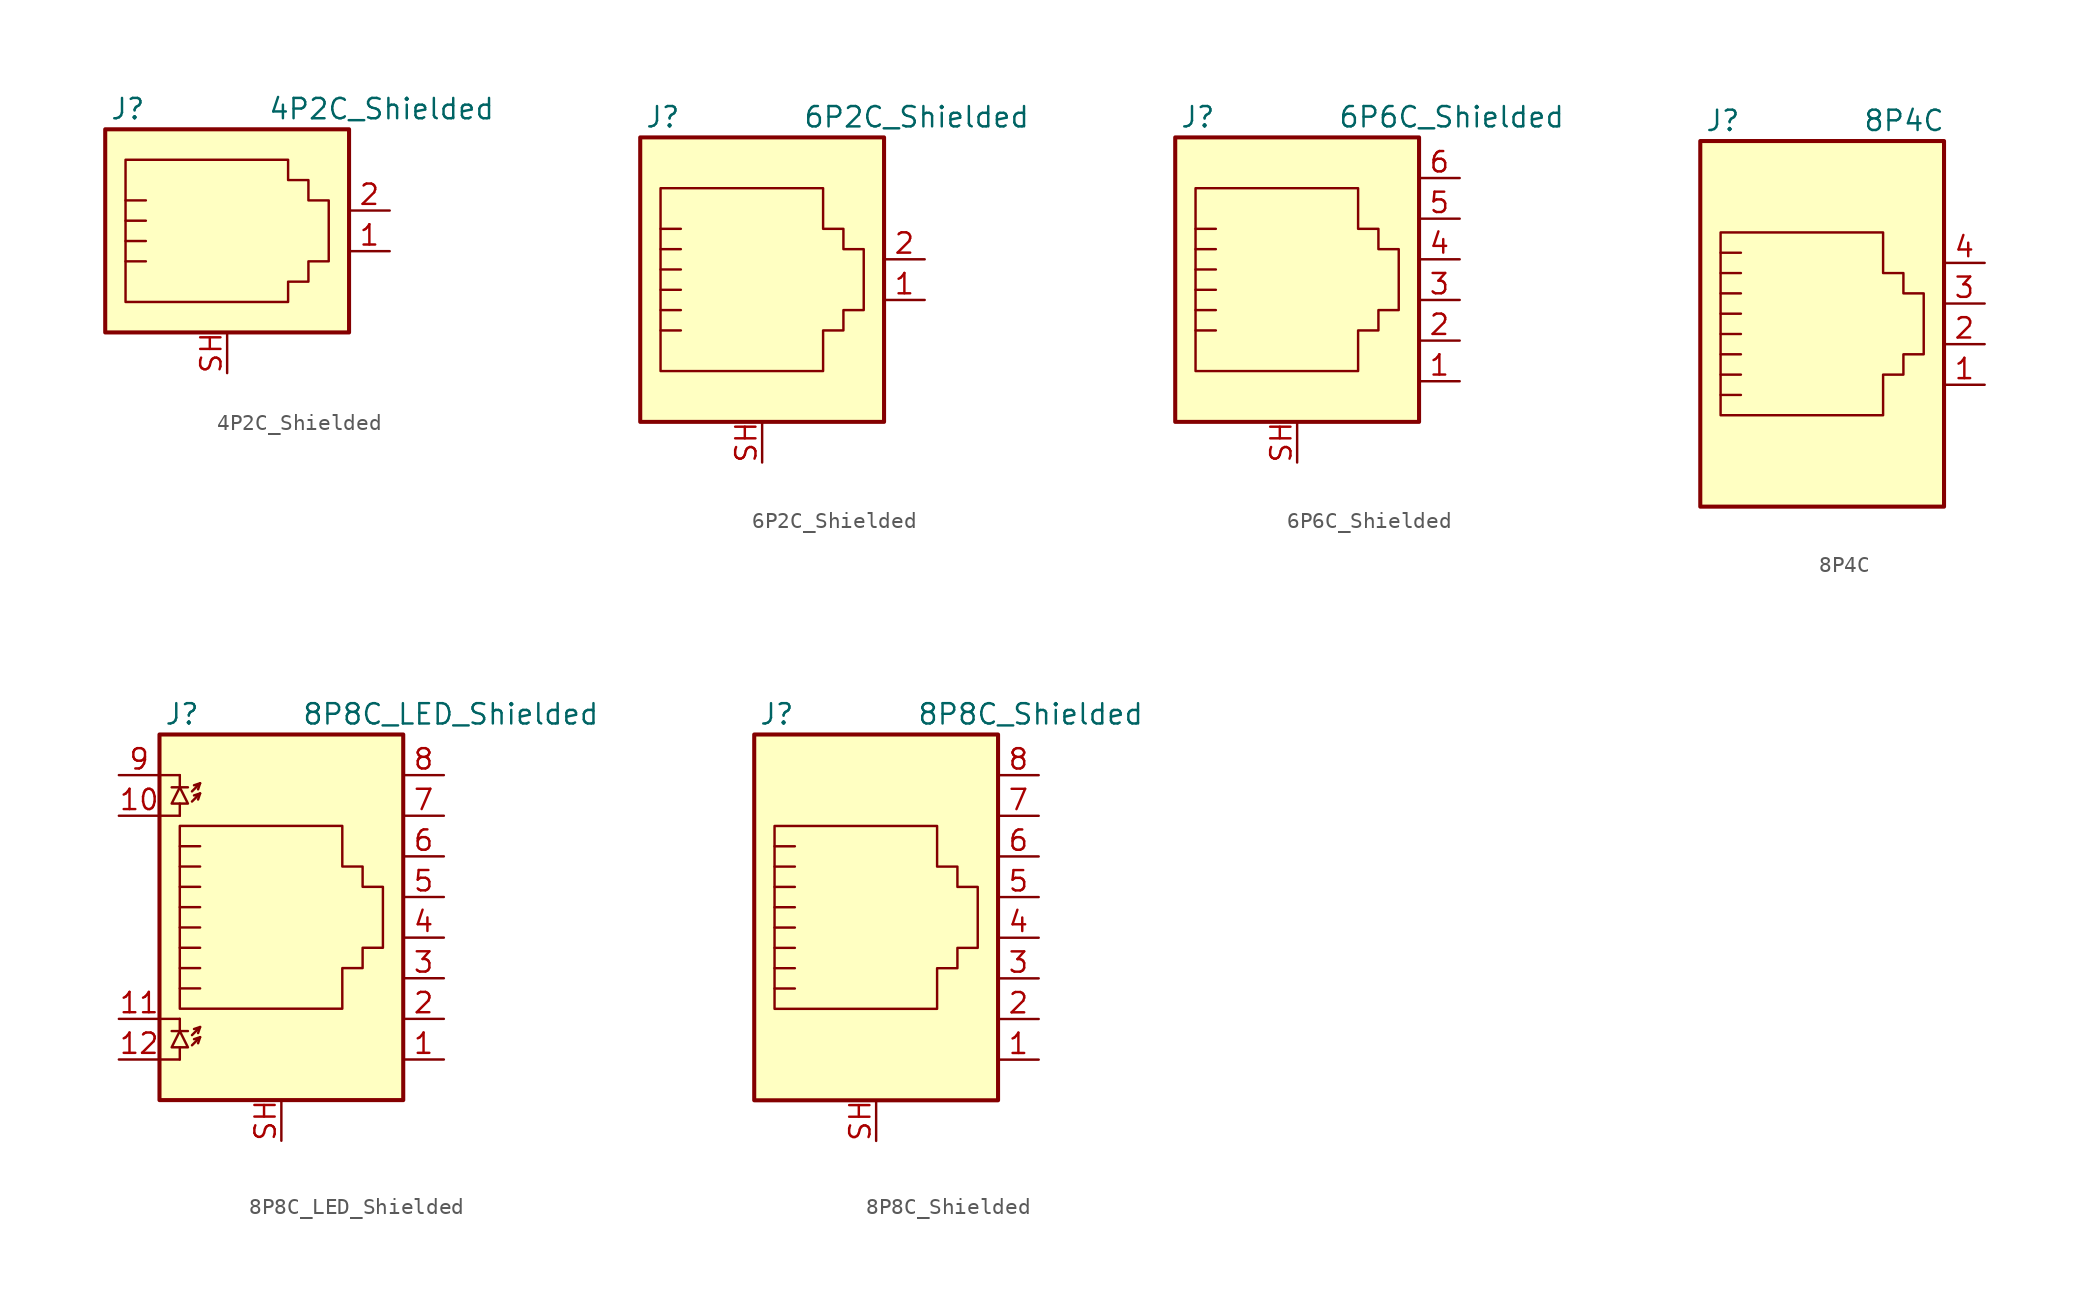
<source format=kicad_sym>
(kicad_symbol_lib
  (version 20201005)
  (generator kicad_symbol_editor)
  (symbol "4P2C_Shielded"
    (pin_names
      (offset 1.016))
    (property "Reference" "J"
      (at -5.08 8.89 0)
      (effects (font (size 1.27 1.27)) (justify right)))
    (property "Value" "4P2C_Shielded"
      (at 2.54 8.89 0)
      (effects (font (size 1.27 1.27)) (justify left)))
    (symbol "4P2C_Shielded_0_1"
      (rectangle (start 7.62 7.62) (end -7.62 -5.08) (stroke (width 0.254)) (fill (type background)))
      (polyline (pts (xy -6.35 -0.635) (xy -5.08 -0.635) (xy -5.08 -0.635)) (stroke (width 0)) (fill (type none)))
      (polyline (pts (xy -6.35 0.635) (xy -5.08 0.635) (xy -5.08 0.635)) (stroke (width 0)) (fill (type none)))
      (polyline (pts (xy -6.35 1.905) (xy -5.08 1.905) (xy -5.08 1.905)) (stroke (width 0)) (fill (type none)))
      (polyline (pts (xy -6.35 3.175) (xy -5.08 3.175) (xy -5.08 3.175)) (stroke (width 0)) (fill (type none)))
      (polyline (pts (xy -6.35 -3.175) (xy -6.35 5.715) (xy -1.27 5.715) (xy 3.81 5.715) (xy 3.81 4.445) (xy 5.08 4.445) (xy 5.08 3.175) (xy 6.35 3.175) (xy 6.35 -0.635) (xy 5.08 -0.635) (xy 5.08 -1.905) (xy 3.81 -1.905) (xy 3.81 -3.175) (xy -6.35 -3.175) (xy -6.35 -3.175)) (stroke (width 0)) (fill (type none))))
    (symbol "4P2C_Shielded_1_1"
      (pin passive line (at 10.16 0 180) (length 2.54) (name "~" (effects (font (size 1.27 1.27)))) (number "1" (effects (font (size 1.27 1.27)))))
      (pin passive line (at 10.16 2.54 180) (length 2.54) (name "~" (effects (font (size 1.27 1.27)))) (number "2" (effects (font (size 1.27 1.27)))))
      (pin passive line (at 0 -7.62 90) (length 2.54) (name "~" (effects (font (size 1.27 1.27)))) (number "SH" (effects (font (size 1.27 1.27)))))))
  (symbol "6P2C_Shielded"
    (pin_names
      (offset 1.016))
    (property "Reference" "J"
      (at -5.08 11.43 0)
      (effects (font (size 1.27 1.27)) (justify right)))
    (property "Value" "6P2C_Shielded"
      (at 2.54 11.43 0)
      (effects (font (size 1.27 1.27)) (justify left)))
    (symbol "6P2C_Shielded_0_1"
      (rectangle (start 7.62 10.16) (end -7.62 -7.62) (stroke (width 0.254)) (fill (type background)))
      (polyline (pts (xy -6.35 -1.905) (xy -5.08 -1.905) (xy -5.08 -1.905)) (stroke (width 0)) (fill (type none)))
      (polyline (pts (xy -6.35 -0.635) (xy -5.08 -0.635) (xy -5.08 -0.635)) (stroke (width 0)) (fill (type none)))
      (polyline (pts (xy -6.35 0.635) (xy -5.08 0.635) (xy -5.08 0.635)) (stroke (width 0)) (fill (type none)))
      (polyline (pts (xy -6.35 1.905) (xy -5.08 1.905) (xy -5.08 1.905)) (stroke (width 0)) (fill (type none)))
      (polyline (pts (xy -6.35 3.175) (xy -5.08 3.175) (xy -5.08 3.175)) (stroke (width 0)) (fill (type none)))
      (polyline (pts (xy -5.08 4.445) (xy -6.35 4.445) (xy -6.35 4.445)) (stroke (width 0)) (fill (type none)))
      (polyline (pts (xy -6.35 -4.445) (xy -6.35 6.985) (xy 3.81 6.985) (xy 3.81 4.445) (xy 5.08 4.445) (xy 5.08 3.175) (xy 6.35 3.175) (xy 6.35 -0.635) (xy 5.08 -0.635) (xy 5.08 -1.905) (xy 3.81 -1.905) (xy 3.81 -4.445) (xy -6.35 -4.445) (xy -6.35 -4.445)) (stroke (width 0)) (fill (type none))))
    (symbol "6P2C_Shielded_1_1"
      (pin passive line (at 10.16 0 180) (length 2.54) (name "~" (effects (font (size 1.27 1.27)))) (number "1" (effects (font (size 1.27 1.27)))))
      (pin passive line (at 10.16 2.54 180) (length 2.54) (name "~" (effects (font (size 1.27 1.27)))) (number "2" (effects (font (size 1.27 1.27)))))
      (pin passive line (at 0 -10.16 90) (length 2.54) (name "~" (effects (font (size 1.27 1.27)))) (number "SH" (effects (font (size 1.27 1.27)))))))
  (symbol "6P6C_Shielded"
    (pin_names
      (offset 1.016))
    (property "Reference" "J"
      (at -5.08 11.43 0)
      (effects (font (size 1.27 1.27)) (justify right)))
    (property "Value" "6P6C_Shielded"
      (at 2.54 11.43 0)
      (effects (font (size 1.27 1.27)) (justify left)))
    (symbol "6P6C_Shielded_0_1"
      (rectangle (start 7.62 10.16) (end -7.62 -7.62) (stroke (width 0.254)) (fill (type background)))
      (polyline (pts (xy -6.35 -1.905) (xy -5.08 -1.905) (xy -5.08 -1.905)) (stroke (width 0)) (fill (type none)))
      (polyline (pts (xy -6.35 -0.635) (xy -5.08 -0.635) (xy -5.08 -0.635)) (stroke (width 0)) (fill (type none)))
      (polyline (pts (xy -6.35 0.635) (xy -5.08 0.635) (xy -5.08 0.635)) (stroke (width 0)) (fill (type none)))
      (polyline (pts (xy -6.35 1.905) (xy -5.08 1.905) (xy -5.08 1.905)) (stroke (width 0)) (fill (type none)))
      (polyline (pts (xy -6.35 3.175) (xy -5.08 3.175) (xy -5.08 3.175)) (stroke (width 0)) (fill (type none)))
      (polyline (pts (xy -5.08 4.445) (xy -6.35 4.445) (xy -6.35 4.445)) (stroke (width 0)) (fill (type none)))
      (polyline (pts (xy -6.35 -4.445) (xy -6.35 6.985) (xy 3.81 6.985) (xy 3.81 4.445) (xy 5.08 4.445) (xy 5.08 3.175) (xy 6.35 3.175) (xy 6.35 -0.635) (xy 5.08 -0.635) (xy 5.08 -1.905) (xy 3.81 -1.905) (xy 3.81 -4.445) (xy -6.35 -4.445) (xy -6.35 -4.445)) (stroke (width 0)) (fill (type none))))
    (symbol "6P6C_Shielded_1_1"
      (pin passive line (at 10.16 -5.08 180) (length 2.54) (name "~" (effects (font (size 1.27 1.27)))) (number "1" (effects (font (size 1.27 1.27)))))
      (pin passive line (at 10.16 -2.54 180) (length 2.54) (name "~" (effects (font (size 1.27 1.27)))) (number "2" (effects (font (size 1.27 1.27)))))
      (pin passive line (at 10.16 0 180) (length 2.54) (name "~" (effects (font (size 1.27 1.27)))) (number "3" (effects (font (size 1.27 1.27)))))
      (pin passive line (at 10.16 2.54 180) (length 2.54) (name "~" (effects (font (size 1.27 1.27)))) (number "4" (effects (font (size 1.27 1.27)))))
      (pin passive line (at 10.16 5.08 180) (length 2.54) (name "~" (effects (font (size 1.27 1.27)))) (number "5" (effects (font (size 1.27 1.27)))))
      (pin passive line (at 10.16 7.62 180) (length 2.54) (name "~" (effects (font (size 1.27 1.27)))) (number "6" (effects (font (size 1.27 1.27)))))
      (pin passive line (at 0 -10.16 90) (length 2.54) (name "~" (effects (font (size 1.27 1.27)))) (number "SH" (effects (font (size 1.27 1.27)))))))
  (symbol "8P4C"
    (pin_names
      (offset 1.016))
    (property "Reference" "J"
      (at -5.08 13.97 0)
      (effects (font (size 1.27 1.27)) (justify right)))
    (property "Value" "8P4C"
      (at 2.54 13.97 0)
      (effects (font (size 1.27 1.27)) (justify left)))
    (symbol "8P4C_0_1"
      (rectangle (start 7.62 12.7) (end -7.62 -10.16) (stroke (width 0.254)) (fill (type background)))
      (polyline (pts (xy -5.08 4.445) (xy -6.35 4.445)) (stroke (width 0)) (fill (type none)))
      (polyline (pts (xy -5.08 5.715) (xy -6.35 5.715)) (stroke (width 0)) (fill (type none)))
      (polyline (pts (xy -6.35 -3.175) (xy -5.08 -3.175) (xy -5.08 -3.175)) (stroke (width 0)) (fill (type none)))
      (polyline (pts (xy -6.35 -1.905) (xy -5.08 -1.905) (xy -5.08 -1.905)) (stroke (width 0)) (fill (type none)))
      (polyline (pts (xy -6.35 -0.635) (xy -5.08 -0.635) (xy -5.08 -0.635)) (stroke (width 0)) (fill (type none)))
      (polyline (pts (xy -6.35 0.635) (xy -5.08 0.635) (xy -5.08 0.635)) (stroke (width 0)) (fill (type none)))
      (polyline (pts (xy -6.35 1.905) (xy -5.08 1.905) (xy -5.08 1.905)) (stroke (width 0)) (fill (type none)))
      (polyline (pts (xy -5.08 3.175) (xy -6.35 3.175) (xy -6.35 3.175)) (stroke (width 0)) (fill (type none)))
      (polyline (pts (xy -6.35 -4.445) (xy -6.35 6.985) (xy 3.81 6.985) (xy 3.81 4.445) (xy 5.08 4.445) (xy 5.08 3.175) (xy 6.35 3.175) (xy 6.35 -0.635) (xy 5.08 -0.635) (xy 5.08 -1.905) (xy 3.81 -1.905) (xy 3.81 -4.445) (xy -6.35 -4.445) (xy -6.35 -4.445)) (stroke (width 0)) (fill (type none))))
    (symbol "8P4C_1_1"
      (pin passive line (at 10.16 -2.54 180) (length 2.54) (name "~" (effects (font (size 1.27 1.27)))) (number "1" (effects (font (size 1.27 1.27)))))
      (pin passive line (at 10.16 0 180) (length 2.54) (name "~" (effects (font (size 1.27 1.27)))) (number "2" (effects (font (size 1.27 1.27)))))
      (pin passive line (at 10.16 2.54 180) (length 2.54) (name "~" (effects (font (size 1.27 1.27)))) (number "3" (effects (font (size 1.27 1.27)))))
      (pin passive line (at 10.16 5.08 180) (length 2.54) (name "~" (effects (font (size 1.27 1.27)))) (number "4" (effects (font (size 1.27 1.27)))))))
  (symbol "8P8C_LED_Shielded"
    (pin_names
      (offset 1.016))
    (property "Reference" "J"
      (at -5.08 13.97 0)
      (effects (font (size 1.27 1.27)) (justify right)))
    (property "Value" "8P8C_LED_Shielded"
      (at 1.27 13.97 0)
      (effects (font (size 1.27 1.27)) (justify left)))
    (symbol "8P8C_LED_Shielded_0_1"
      (rectangle (start 7.62 12.7) (end -7.62 -10.16) (stroke (width 0.254)) (fill (type background)))
      (polyline (pts (xy -7.62 -7.62) (xy -6.35 -7.62)) (stroke (width 0)) (fill (type none)))
      (polyline (pts (xy -7.62 -5.08) (xy -6.35 -5.08)) (stroke (width 0)) (fill (type none)))
      (polyline (pts (xy -7.62 7.62) (xy -6.35 7.62)) (stroke (width 0)) (fill (type none)))
      (polyline (pts (xy -7.62 10.16) (xy -6.35 10.16)) (stroke (width 0)) (fill (type none)))
      (polyline (pts (xy -6.858 -5.842) (xy -5.842 -5.842)) (stroke (width 0)) (fill (type none)))
      (polyline (pts (xy -6.858 9.398) (xy -5.842 9.398)) (stroke (width 0)) (fill (type none)))
      (polyline (pts (xy -6.35 -7.62) (xy -6.35 -6.858)) (stroke (width 0)) (fill (type none)))
      (polyline (pts (xy -6.35 -5.08) (xy -6.35 -5.842)) (stroke (width 0)) (fill (type none)))
      (polyline (pts (xy -6.35 7.62) (xy -6.35 8.382)) (stroke (width 0)) (fill (type none)))
      (polyline (pts (xy -6.35 10.16) (xy -6.35 9.398)) (stroke (width 0)) (fill (type none)))
      (polyline (pts (xy -5.08 -6.223) (xy -5.207 -6.604)) (stroke (width 0)) (fill (type none)))
      (polyline (pts (xy -5.08 -5.588) (xy -5.207 -5.969)) (stroke (width 0)) (fill (type none)))
      (polyline (pts (xy -5.08 4.445) (xy -6.35 4.445)) (stroke (width 0)) (fill (type none)))
      (polyline (pts (xy -5.08 5.715) (xy -6.35 5.715)) (stroke (width 0)) (fill (type none)))
      (polyline (pts (xy -5.08 9.017) (xy -5.207 8.636)) (stroke (width 0)) (fill (type none)))
      (polyline (pts (xy -5.08 9.652) (xy -5.207 9.271)) (stroke (width 0)) (fill (type none)))
      (polyline (pts (xy -6.35 -3.175) (xy -5.08 -3.175) (xy -5.08 -3.175)) (stroke (width 0)) (fill (type none)))
      (polyline (pts (xy -6.35 -1.905) (xy -5.08 -1.905) (xy -5.08 -1.905)) (stroke (width 0)) (fill (type none)))
      (polyline (pts (xy -6.35 -0.635) (xy -5.08 -0.635) (xy -5.08 -0.635)) (stroke (width 0)) (fill (type none)))
      (polyline (pts (xy -6.35 0.635) (xy -5.08 0.635) (xy -5.08 0.635)) (stroke (width 0)) (fill (type none)))
      (polyline (pts (xy -6.35 1.905) (xy -5.08 1.905) (xy -5.08 1.905)) (stroke (width 0)) (fill (type none)))
      (polyline (pts (xy -5.588 -6.731) (xy -5.08 -6.223) (xy -5.461 -6.35)) (stroke (width 0)) (fill (type none)))
      (polyline (pts (xy -5.588 -6.096) (xy -5.08 -5.588) (xy -5.461 -5.715)) (stroke (width 0)) (fill (type none)))
      (polyline (pts (xy -5.588 8.509) (xy -5.08 9.017) (xy -5.461 8.89)) (stroke (width 0)) (fill (type none)))
      (polyline (pts (xy -5.588 9.144) (xy -5.08 9.652) (xy -5.461 9.525)) (stroke (width 0)) (fill (type none)))
      (polyline (pts (xy -5.08 3.175) (xy -6.35 3.175) (xy -6.35 3.175)) (stroke (width 0)) (fill (type none)))
      (polyline (pts (xy -6.35 -5.842) (xy -6.858 -6.858) (xy -5.842 -6.858) (xy -6.35 -5.842)) (stroke (width 0)) (fill (type none)))
      (polyline (pts (xy -6.35 9.398) (xy -6.858 8.382) (xy -5.842 8.382) (xy -6.35 9.398)) (stroke (width 0)) (fill (type none)))
      (polyline (pts (xy -6.35 -4.445) (xy -6.35 6.985) (xy 3.81 6.985) (xy 3.81 4.445) (xy 5.08 4.445) (xy 5.08 3.175) (xy 6.35 3.175) (xy 6.35 -0.635) (xy 5.08 -0.635) (xy 5.08 -1.905) (xy 3.81 -1.905) (xy 3.81 -4.445) (xy -6.35 -4.445) (xy -6.35 -4.445)) (stroke (width 0)) (fill (type none))))
    (symbol "8P8C_LED_Shielded_1_1"
      (pin passive line (at 10.16 -7.62 180) (length 2.54) (name "~" (effects (font (size 1.27 1.27)))) (number "1" (effects (font (size 1.27 1.27)))))
      (pin passive line (at -10.16 7.62 0) (length 2.54) (name "~" (effects (font (size 1.27 1.27)))) (number "10" (effects (font (size 1.27 1.27)))))
      (pin passive line (at -10.16 -5.08 0) (length 2.54) (name "~" (effects (font (size 1.27 1.27)))) (number "11" (effects (font (size 1.27 1.27)))))
      (pin passive line (at -10.16 -7.62 0) (length 2.54) (name "~" (effects (font (size 1.27 1.27)))) (number "12" (effects (font (size 1.27 1.27)))))
      (pin passive line (at 10.16 -5.08 180) (length 2.54) (name "~" (effects (font (size 1.27 1.27)))) (number "2" (effects (font (size 1.27 1.27)))))
      (pin passive line (at 10.16 -2.54 180) (length 2.54) (name "~" (effects (font (size 1.27 1.27)))) (number "3" (effects (font (size 1.27 1.27)))))
      (pin passive line (at 10.16 0 180) (length 2.54) (name "~" (effects (font (size 1.27 1.27)))) (number "4" (effects (font (size 1.27 1.27)))))
      (pin passive line (at 10.16 2.54 180) (length 2.54) (name "~" (effects (font (size 1.27 1.27)))) (number "5" (effects (font (size 1.27 1.27)))))
      (pin passive line (at 10.16 5.08 180) (length 2.54) (name "~" (effects (font (size 1.27 1.27)))) (number "6" (effects (font (size 1.27 1.27)))))
      (pin passive line (at 10.16 7.62 180) (length 2.54) (name "~" (effects (font (size 1.27 1.27)))) (number "7" (effects (font (size 1.27 1.27)))))
      (pin passive line (at 10.16 10.16 180) (length 2.54) (name "~" (effects (font (size 1.27 1.27)))) (number "8" (effects (font (size 1.27 1.27)))))
      (pin passive line (at -10.16 10.16 0) (length 2.54) (name "~" (effects (font (size 1.27 1.27)))) (number "9" (effects (font (size 1.27 1.27)))))
      (pin passive line (at 0 -12.7 90) (length 2.54) (name "~" (effects (font (size 1.27 1.27)))) (number "SH" (effects (font (size 1.27 1.27)))))))
  (symbol "8P8C_Shielded"
    (pin_names
      (offset 1.016))
    (property "Reference" "J"
      (at -5.08 13.97 0)
      (effects (font (size 1.27 1.27)) (justify right)))
    (property "Value" "8P8C_Shielded"
      (at 2.54 13.97 0)
      (effects (font (size 1.27 1.27)) (justify left)))
    (symbol "8P8C_Shielded_0_1"
      (rectangle (start 7.62 12.7) (end -7.62 -10.16) (stroke (width 0.254)) (fill (type background)))
      (polyline (pts (xy -5.08 4.445) (xy -6.35 4.445)) (stroke (width 0)) (fill (type none)))
      (polyline (pts (xy -5.08 5.715) (xy -6.35 5.715)) (stroke (width 0)) (fill (type none)))
      (polyline (pts (xy -6.35 -3.175) (xy -5.08 -3.175) (xy -5.08 -3.175)) (stroke (width 0)) (fill (type none)))
      (polyline (pts (xy -6.35 -1.905) (xy -5.08 -1.905) (xy -5.08 -1.905)) (stroke (width 0)) (fill (type none)))
      (polyline (pts (xy -6.35 -0.635) (xy -5.08 -0.635) (xy -5.08 -0.635)) (stroke (width 0)) (fill (type none)))
      (polyline (pts (xy -6.35 0.635) (xy -5.08 0.635) (xy -5.08 0.635)) (stroke (width 0)) (fill (type none)))
      (polyline (pts (xy -6.35 1.905) (xy -5.08 1.905) (xy -5.08 1.905)) (stroke (width 0)) (fill (type none)))
      (polyline (pts (xy -5.08 3.175) (xy -6.35 3.175) (xy -6.35 3.175)) (stroke (width 0)) (fill (type none)))
      (polyline (pts (xy -6.35 -4.445) (xy -6.35 6.985) (xy 3.81 6.985) (xy 3.81 4.445) (xy 5.08 4.445) (xy 5.08 3.175) (xy 6.35 3.175) (xy 6.35 -0.635) (xy 5.08 -0.635) (xy 5.08 -1.905) (xy 3.81 -1.905) (xy 3.81 -4.445) (xy -6.35 -4.445) (xy -6.35 -4.445)) (stroke (width 0)) (fill (type none))))
    (symbol "8P8C_Shielded_1_1"
      (pin passive line (at 10.16 -7.62 180) (length 2.54) (name "~" (effects (font (size 1.27 1.27)))) (number "1" (effects (font (size 1.27 1.27)))))
      (pin passive line (at 10.16 -5.08 180) (length 2.54) (name "~" (effects (font (size 1.27 1.27)))) (number "2" (effects (font (size 1.27 1.27)))))
      (pin passive line (at 10.16 -2.54 180) (length 2.54) (name "~" (effects (font (size 1.27 1.27)))) (number "3" (effects (font (size 1.27 1.27)))))
      (pin passive line (at 10.16 0 180) (length 2.54) (name "~" (effects (font (size 1.27 1.27)))) (number "4" (effects (font (size 1.27 1.27)))))
      (pin passive line (at 10.16 2.54 180) (length 2.54) (name "~" (effects (font (size 1.27 1.27)))) (number "5" (effects (font (size 1.27 1.27)))))
      (pin passive line (at 10.16 5.08 180) (length 2.54) (name "~" (effects (font (size 1.27 1.27)))) (number "6" (effects (font (size 1.27 1.27)))))
      (pin passive line (at 10.16 7.62 180) (length 2.54) (name "~" (effects (font (size 1.27 1.27)))) (number "7" (effects (font (size 1.27 1.27)))))
      (pin passive line (at 10.16 10.16 180) (length 2.54) (name "~" (effects (font (size 1.27 1.27)))) (number "8" (effects (font (size 1.27 1.27)))))
      (pin passive line (at 0 -12.7 90) (length 2.54) (name "~" (effects (font (size 1.27 1.27)))) (number "SH" (effects (font (size 1.27 1.27))))))))
</source>
